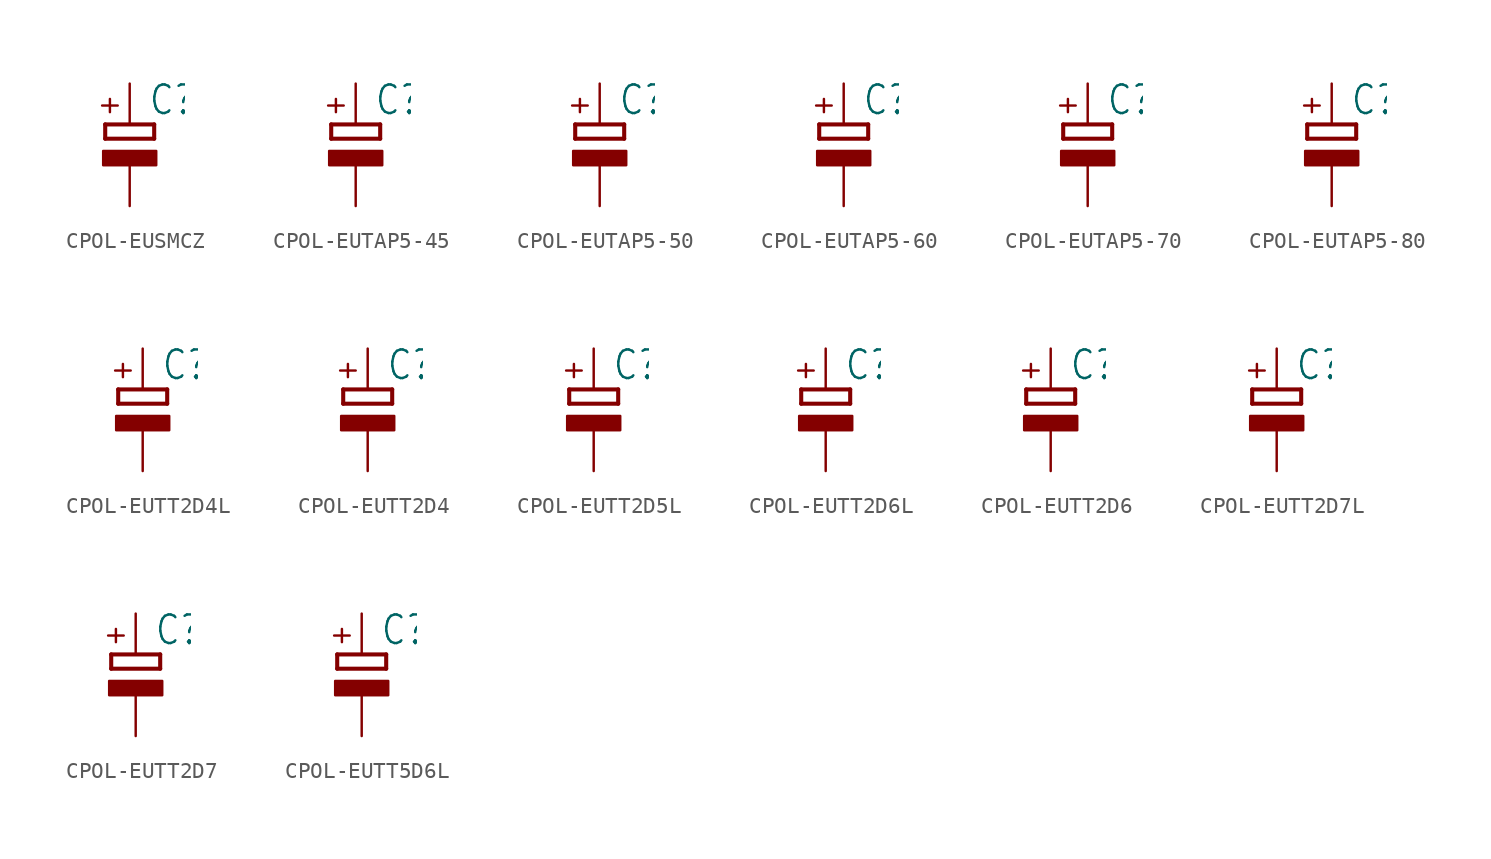
<source format=kicad_sym>
(kicad_symbol_lib
  (version 20231120)
  (generator "kicad_symbol_editor")
  (generator_version "8.0")
  (symbol "CPOL-EUSMCZ"
    (property "Reference" "C"
      (at 1.143 0.483 0)
      (effects (font (size 1.778 1.511)) (justify left bottom)))
    (property "Value" ""
      (at 1.143 -4.597 0)
      (effects (font (size 1.778 1.511)) (justify left bottom)))
    (property "ki_locked" ""
      (at 0 0 0)
      (effects (font (size 1.27 1.27))))
    (symbol "CPOL-EUSMCZ_1_0"
      (rectangle (start -1.651 -2.54) (end 1.651 -1.651) (stroke (width 0) (type default)) (fill (type outline)))
      (polyline (pts (xy -1.524 -0.889) (xy 1.524 -0.889)) (stroke (width 0.254) (type solid)) (fill (type none)))
      (polyline (pts (xy -1.524 0) (xy -1.524 -0.889)) (stroke (width 0.254) (type solid)) (fill (type none)))
      (polyline (pts (xy -1.524 0) (xy 1.524 0)) (stroke (width 0.254) (type solid)) (fill (type none)))
      (polyline (pts (xy 1.524 -0.889) (xy 1.524 0)) (stroke (width 0.254) (type solid)) (fill (type none)))
      (text "+" (at -0.584 0.406 900) (effects (font (size 1.27 1.079)) (justify left bottom)))
      (pin passive line (at 0 2.54 270) (length 2.54) (name "+" (effects (font (size 0 0)))) (number "+" (effects (font (size 0 0)))))
      (pin passive line (at 0 -5.08 90) (length 2.54) (name "-" (effects (font (size 0 0)))) (number "-" (effects (font (size 0 0)))))))
  (symbol "CPOL-EUTAP5-45"
    (property "Reference" "C"
      (at 1.143 0.483 0)
      (effects (font (size 1.778 1.511)) (justify left bottom)))
    (property "Value" ""
      (at 1.143 -4.597 0)
      (effects (font (size 1.778 1.511)) (justify left bottom)))
    (property "ki_locked" ""
      (at 0 0 0)
      (effects (font (size 1.27 1.27))))
    (symbol "CPOL-EUTAP5-45_1_0"
      (rectangle (start -1.651 -2.54) (end 1.651 -1.651) (stroke (width 0) (type default)) (fill (type outline)))
      (polyline (pts (xy -1.524 -0.889) (xy 1.524 -0.889)) (stroke (width 0.254) (type solid)) (fill (type none)))
      (polyline (pts (xy -1.524 0) (xy -1.524 -0.889)) (stroke (width 0.254) (type solid)) (fill (type none)))
      (polyline (pts (xy -1.524 0) (xy 1.524 0)) (stroke (width 0.254) (type solid)) (fill (type none)))
      (polyline (pts (xy 1.524 -0.889) (xy 1.524 0)) (stroke (width 0.254) (type solid)) (fill (type none)))
      (text "+" (at -0.584 0.406 900) (effects (font (size 1.27 1.079)) (justify left bottom)))
      (pin passive line (at 0 2.54 270) (length 2.54) (name "+" (effects (font (size 0 0)))) (number "+" (effects (font (size 0 0)))))
      (pin passive line (at 0 -5.08 90) (length 2.54) (name "-" (effects (font (size 0 0)))) (number "-" (effects (font (size 0 0)))))))
  (symbol "CPOL-EUTAP5-50"
    (property "Reference" "C"
      (at 1.143 0.483 0)
      (effects (font (size 1.778 1.511)) (justify left bottom)))
    (property "Value" ""
      (at 1.143 -4.597 0)
      (effects (font (size 1.778 1.511)) (justify left bottom)))
    (property "ki_locked" ""
      (at 0 0 0)
      (effects (font (size 1.27 1.27))))
    (symbol "CPOL-EUTAP5-50_1_0"
      (rectangle (start -1.651 -2.54) (end 1.651 -1.651) (stroke (width 0) (type default)) (fill (type outline)))
      (polyline (pts (xy -1.524 -0.889) (xy 1.524 -0.889)) (stroke (width 0.254) (type solid)) (fill (type none)))
      (polyline (pts (xy -1.524 0) (xy -1.524 -0.889)) (stroke (width 0.254) (type solid)) (fill (type none)))
      (polyline (pts (xy -1.524 0) (xy 1.524 0)) (stroke (width 0.254) (type solid)) (fill (type none)))
      (polyline (pts (xy 1.524 -0.889) (xy 1.524 0)) (stroke (width 0.254) (type solid)) (fill (type none)))
      (text "+" (at -0.584 0.406 900) (effects (font (size 1.27 1.079)) (justify left bottom)))
      (pin passive line (at 0 2.54 270) (length 2.54) (name "+" (effects (font (size 0 0)))) (number "+" (effects (font (size 0 0)))))
      (pin passive line (at 0 -5.08 90) (length 2.54) (name "-" (effects (font (size 0 0)))) (number "-" (effects (font (size 0 0)))))))
  (symbol "CPOL-EUTAP5-60"
    (property "Reference" "C"
      (at 1.143 0.483 0)
      (effects (font (size 1.778 1.511)) (justify left bottom)))
    (property "Value" ""
      (at 1.143 -4.597 0)
      (effects (font (size 1.778 1.511)) (justify left bottom)))
    (property "ki_locked" ""
      (at 0 0 0)
      (effects (font (size 1.27 1.27))))
    (symbol "CPOL-EUTAP5-60_1_0"
      (rectangle (start -1.651 -2.54) (end 1.651 -1.651) (stroke (width 0) (type default)) (fill (type outline)))
      (polyline (pts (xy -1.524 -0.889) (xy 1.524 -0.889)) (stroke (width 0.254) (type solid)) (fill (type none)))
      (polyline (pts (xy -1.524 0) (xy -1.524 -0.889)) (stroke (width 0.254) (type solid)) (fill (type none)))
      (polyline (pts (xy -1.524 0) (xy 1.524 0)) (stroke (width 0.254) (type solid)) (fill (type none)))
      (polyline (pts (xy 1.524 -0.889) (xy 1.524 0)) (stroke (width 0.254) (type solid)) (fill (type none)))
      (text "+" (at -0.584 0.406 900) (effects (font (size 1.27 1.079)) (justify left bottom)))
      (pin passive line (at 0 2.54 270) (length 2.54) (name "+" (effects (font (size 0 0)))) (number "+" (effects (font (size 0 0)))))
      (pin passive line (at 0 -5.08 90) (length 2.54) (name "-" (effects (font (size 0 0)))) (number "-" (effects (font (size 0 0)))))))
  (symbol "CPOL-EUTAP5-70"
    (property "Reference" "C"
      (at 1.143 0.483 0)
      (effects (font (size 1.778 1.511)) (justify left bottom)))
    (property "Value" ""
      (at 1.143 -4.597 0)
      (effects (font (size 1.778 1.511)) (justify left bottom)))
    (property "ki_locked" ""
      (at 0 0 0)
      (effects (font (size 1.27 1.27))))
    (symbol "CPOL-EUTAP5-70_1_0"
      (rectangle (start -1.651 -2.54) (end 1.651 -1.651) (stroke (width 0) (type default)) (fill (type outline)))
      (polyline (pts (xy -1.524 -0.889) (xy 1.524 -0.889)) (stroke (width 0.254) (type solid)) (fill (type none)))
      (polyline (pts (xy -1.524 0) (xy -1.524 -0.889)) (stroke (width 0.254) (type solid)) (fill (type none)))
      (polyline (pts (xy -1.524 0) (xy 1.524 0)) (stroke (width 0.254) (type solid)) (fill (type none)))
      (polyline (pts (xy 1.524 -0.889) (xy 1.524 0)) (stroke (width 0.254) (type solid)) (fill (type none)))
      (text "+" (at -0.584 0.406 900) (effects (font (size 1.27 1.079)) (justify left bottom)))
      (pin passive line (at 0 2.54 270) (length 2.54) (name "+" (effects (font (size 0 0)))) (number "+" (effects (font (size 0 0)))))
      (pin passive line (at 0 -5.08 90) (length 2.54) (name "-" (effects (font (size 0 0)))) (number "-" (effects (font (size 0 0)))))))
  (symbol "CPOL-EUTAP5-80"
    (property "Reference" "C"
      (at 1.143 0.483 0)
      (effects (font (size 1.778 1.511)) (justify left bottom)))
    (property "Value" ""
      (at 1.143 -4.597 0)
      (effects (font (size 1.778 1.511)) (justify left bottom)))
    (property "ki_locked" ""
      (at 0 0 0)
      (effects (font (size 1.27 1.27))))
    (symbol "CPOL-EUTAP5-80_1_0"
      (rectangle (start -1.651 -2.54) (end 1.651 -1.651) (stroke (width 0) (type default)) (fill (type outline)))
      (polyline (pts (xy -1.524 -0.889) (xy 1.524 -0.889)) (stroke (width 0.254) (type solid)) (fill (type none)))
      (polyline (pts (xy -1.524 0) (xy -1.524 -0.889)) (stroke (width 0.254) (type solid)) (fill (type none)))
      (polyline (pts (xy -1.524 0) (xy 1.524 0)) (stroke (width 0.254) (type solid)) (fill (type none)))
      (polyline (pts (xy 1.524 -0.889) (xy 1.524 0)) (stroke (width 0.254) (type solid)) (fill (type none)))
      (text "+" (at -0.584 0.406 900) (effects (font (size 1.27 1.079)) (justify left bottom)))
      (pin passive line (at 0 2.54 270) (length 2.54) (name "+" (effects (font (size 0 0)))) (number "+" (effects (font (size 0 0)))))
      (pin passive line (at 0 -5.08 90) (length 2.54) (name "-" (effects (font (size 0 0)))) (number "-" (effects (font (size 0 0)))))))
  (symbol "CPOL-EUTT2D4L"
    (property "Reference" "C"
      (at 1.143 0.483 0)
      (effects (font (size 1.778 1.511)) (justify left bottom)))
    (property "Value" ""
      (at 1.143 -4.597 0)
      (effects (font (size 1.778 1.511)) (justify left bottom)))
    (property "ki_locked" ""
      (at 0 0 0)
      (effects (font (size 1.27 1.27))))
    (symbol "CPOL-EUTT2D4L_1_0"
      (rectangle (start -1.651 -2.54) (end 1.651 -1.651) (stroke (width 0) (type default)) (fill (type outline)))
      (polyline (pts (xy -1.524 -0.889) (xy 1.524 -0.889)) (stroke (width 0.254) (type solid)) (fill (type none)))
      (polyline (pts (xy -1.524 0) (xy -1.524 -0.889)) (stroke (width 0.254) (type solid)) (fill (type none)))
      (polyline (pts (xy -1.524 0) (xy 1.524 0)) (stroke (width 0.254) (type solid)) (fill (type none)))
      (polyline (pts (xy 1.524 -0.889) (xy 1.524 0)) (stroke (width 0.254) (type solid)) (fill (type none)))
      (text "+" (at -0.584 0.406 900) (effects (font (size 1.27 1.079)) (justify left bottom)))
      (pin passive line (at 0 2.54 270) (length 2.54) (name "+" (effects (font (size 0 0)))) (number "+" (effects (font (size 0 0)))))
      (pin passive line (at 0 -5.08 90) (length 2.54) (name "-" (effects (font (size 0 0)))) (number "-" (effects (font (size 0 0)))))))
  (symbol "CPOL-EUTT2D4"
    (property "Reference" "C"
      (at 1.143 0.483 0)
      (effects (font (size 1.778 1.511)) (justify left bottom)))
    (property "Value" ""
      (at 1.143 -4.597 0)
      (effects (font (size 1.778 1.511)) (justify left bottom)))
    (property "ki_locked" ""
      (at 0 0 0)
      (effects (font (size 1.27 1.27))))
    (symbol "CPOL-EUTT2D4_1_0"
      (rectangle (start -1.651 -2.54) (end 1.651 -1.651) (stroke (width 0) (type default)) (fill (type outline)))
      (polyline (pts (xy -1.524 -0.889) (xy 1.524 -0.889)) (stroke (width 0.254) (type solid)) (fill (type none)))
      (polyline (pts (xy -1.524 0) (xy -1.524 -0.889)) (stroke (width 0.254) (type solid)) (fill (type none)))
      (polyline (pts (xy -1.524 0) (xy 1.524 0)) (stroke (width 0.254) (type solid)) (fill (type none)))
      (polyline (pts (xy 1.524 -0.889) (xy 1.524 0)) (stroke (width 0.254) (type solid)) (fill (type none)))
      (text "+" (at -0.584 0.406 900) (effects (font (size 1.27 1.079)) (justify left bottom)))
      (pin passive line (at 0 2.54 270) (length 2.54) (name "+" (effects (font (size 0 0)))) (number "+" (effects (font (size 0 0)))))
      (pin passive line (at 0 -5.08 90) (length 2.54) (name "-" (effects (font (size 0 0)))) (number "-" (effects (font (size 0 0)))))))
  (symbol "CPOL-EUTT2D5L"
    (property "Reference" "C"
      (at 1.143 0.483 0)
      (effects (font (size 1.778 1.511)) (justify left bottom)))
    (property "Value" ""
      (at 1.143 -4.597 0)
      (effects (font (size 1.778 1.511)) (justify left bottom)))
    (property "ki_locked" ""
      (at 0 0 0)
      (effects (font (size 1.27 1.27))))
    (symbol "CPOL-EUTT2D5L_1_0"
      (rectangle (start -1.651 -2.54) (end 1.651 -1.651) (stroke (width 0) (type default)) (fill (type outline)))
      (polyline (pts (xy -1.524 -0.889) (xy 1.524 -0.889)) (stroke (width 0.254) (type solid)) (fill (type none)))
      (polyline (pts (xy -1.524 0) (xy -1.524 -0.889)) (stroke (width 0.254) (type solid)) (fill (type none)))
      (polyline (pts (xy -1.524 0) (xy 1.524 0)) (stroke (width 0.254) (type solid)) (fill (type none)))
      (polyline (pts (xy 1.524 -0.889) (xy 1.524 0)) (stroke (width 0.254) (type solid)) (fill (type none)))
      (text "+" (at -0.584 0.406 900) (effects (font (size 1.27 1.079)) (justify left bottom)))
      (pin passive line (at 0 2.54 270) (length 2.54) (name "+" (effects (font (size 0 0)))) (number "+" (effects (font (size 0 0)))))
      (pin passive line (at 0 -5.08 90) (length 2.54) (name "-" (effects (font (size 0 0)))) (number "-" (effects (font (size 0 0)))))))
  (symbol "CPOL-EUTT2D6L"
    (property "Reference" "C"
      (at 1.143 0.483 0)
      (effects (font (size 1.778 1.511)) (justify left bottom)))
    (property "Value" ""
      (at 1.143 -4.597 0)
      (effects (font (size 1.778 1.511)) (justify left bottom)))
    (property "ki_locked" ""
      (at 0 0 0)
      (effects (font (size 1.27 1.27))))
    (symbol "CPOL-EUTT2D6L_1_0"
      (rectangle (start -1.651 -2.54) (end 1.651 -1.651) (stroke (width 0) (type default)) (fill (type outline)))
      (polyline (pts (xy -1.524 -0.889) (xy 1.524 -0.889)) (stroke (width 0.254) (type solid)) (fill (type none)))
      (polyline (pts (xy -1.524 0) (xy -1.524 -0.889)) (stroke (width 0.254) (type solid)) (fill (type none)))
      (polyline (pts (xy -1.524 0) (xy 1.524 0)) (stroke (width 0.254) (type solid)) (fill (type none)))
      (polyline (pts (xy 1.524 -0.889) (xy 1.524 0)) (stroke (width 0.254) (type solid)) (fill (type none)))
      (text "+" (at -0.584 0.406 900) (effects (font (size 1.27 1.079)) (justify left bottom)))
      (pin passive line (at 0 2.54 270) (length 2.54) (name "+" (effects (font (size 0 0)))) (number "+" (effects (font (size 0 0)))))
      (pin passive line (at 0 -5.08 90) (length 2.54) (name "-" (effects (font (size 0 0)))) (number "-" (effects (font (size 0 0)))))))
  (symbol "CPOL-EUTT2D6"
    (property "Reference" "C"
      (at 1.143 0.483 0)
      (effects (font (size 1.778 1.511)) (justify left bottom)))
    (property "Value" ""
      (at 1.143 -4.597 0)
      (effects (font (size 1.778 1.511)) (justify left bottom)))
    (property "ki_locked" ""
      (at 0 0 0)
      (effects (font (size 1.27 1.27))))
    (symbol "CPOL-EUTT2D6_1_0"
      (rectangle (start -1.651 -2.54) (end 1.651 -1.651) (stroke (width 0) (type default)) (fill (type outline)))
      (polyline (pts (xy -1.524 -0.889) (xy 1.524 -0.889)) (stroke (width 0.254) (type solid)) (fill (type none)))
      (polyline (pts (xy -1.524 0) (xy -1.524 -0.889)) (stroke (width 0.254) (type solid)) (fill (type none)))
      (polyline (pts (xy -1.524 0) (xy 1.524 0)) (stroke (width 0.254) (type solid)) (fill (type none)))
      (polyline (pts (xy 1.524 -0.889) (xy 1.524 0)) (stroke (width 0.254) (type solid)) (fill (type none)))
      (text "+" (at -0.584 0.406 900) (effects (font (size 1.27 1.079)) (justify left bottom)))
      (pin passive line (at 0 2.54 270) (length 2.54) (name "+" (effects (font (size 0 0)))) (number "+" (effects (font (size 0 0)))))
      (pin passive line (at 0 -5.08 90) (length 2.54) (name "-" (effects (font (size 0 0)))) (number "-" (effects (font (size 0 0)))))))
  (symbol "CPOL-EUTT2D7L"
    (property "Reference" "C"
      (at 1.143 0.483 0)
      (effects (font (size 1.778 1.511)) (justify left bottom)))
    (property "Value" ""
      (at 1.143 -4.597 0)
      (effects (font (size 1.778 1.511)) (justify left bottom)))
    (property "ki_locked" ""
      (at 0 0 0)
      (effects (font (size 1.27 1.27))))
    (symbol "CPOL-EUTT2D7L_1_0"
      (rectangle (start -1.651 -2.54) (end 1.651 -1.651) (stroke (width 0) (type default)) (fill (type outline)))
      (polyline (pts (xy -1.524 -0.889) (xy 1.524 -0.889)) (stroke (width 0.254) (type solid)) (fill (type none)))
      (polyline (pts (xy -1.524 0) (xy -1.524 -0.889)) (stroke (width 0.254) (type solid)) (fill (type none)))
      (polyline (pts (xy -1.524 0) (xy 1.524 0)) (stroke (width 0.254) (type solid)) (fill (type none)))
      (polyline (pts (xy 1.524 -0.889) (xy 1.524 0)) (stroke (width 0.254) (type solid)) (fill (type none)))
      (text "+" (at -0.584 0.406 900) (effects (font (size 1.27 1.079)) (justify left bottom)))
      (pin passive line (at 0 2.54 270) (length 2.54) (name "+" (effects (font (size 0 0)))) (number "+" (effects (font (size 0 0)))))
      (pin passive line (at 0 -5.08 90) (length 2.54) (name "-" (effects (font (size 0 0)))) (number "-" (effects (font (size 0 0)))))))
  (symbol "CPOL-EUTT2D7"
    (property "Reference" "C"
      (at 1.143 0.483 0)
      (effects (font (size 1.778 1.511)) (justify left bottom)))
    (property "Value" ""
      (at 1.143 -4.597 0)
      (effects (font (size 1.778 1.511)) (justify left bottom)))
    (property "ki_locked" ""
      (at 0 0 0)
      (effects (font (size 1.27 1.27))))
    (symbol "CPOL-EUTT2D7_1_0"
      (rectangle (start -1.651 -2.54) (end 1.651 -1.651) (stroke (width 0) (type default)) (fill (type outline)))
      (polyline (pts (xy -1.524 -0.889) (xy 1.524 -0.889)) (stroke (width 0.254) (type solid)) (fill (type none)))
      (polyline (pts (xy -1.524 0) (xy -1.524 -0.889)) (stroke (width 0.254) (type solid)) (fill (type none)))
      (polyline (pts (xy -1.524 0) (xy 1.524 0)) (stroke (width 0.254) (type solid)) (fill (type none)))
      (polyline (pts (xy 1.524 -0.889) (xy 1.524 0)) (stroke (width 0.254) (type solid)) (fill (type none)))
      (text "+" (at -0.584 0.406 900) (effects (font (size 1.27 1.079)) (justify left bottom)))
      (pin passive line (at 0 2.54 270) (length 2.54) (name "+" (effects (font (size 0 0)))) (number "+" (effects (font (size 0 0)))))
      (pin passive line (at 0 -5.08 90) (length 2.54) (name "-" (effects (font (size 0 0)))) (number "-" (effects (font (size 0 0)))))))
  (symbol "CPOL-EUTT5D6L"
    (property "Reference" "C"
      (at 1.143 0.483 0)
      (effects (font (size 1.778 1.511)) (justify left bottom)))
    (property "Value" ""
      (at 1.143 -4.597 0)
      (effects (font (size 1.778 1.511)) (justify left bottom)))
    (property "ki_locked" ""
      (at 0 0 0)
      (effects (font (size 1.27 1.27))))
    (symbol "CPOL-EUTT5D6L_1_0"
      (rectangle (start -1.651 -2.54) (end 1.651 -1.651) (stroke (width 0) (type default)) (fill (type outline)))
      (polyline (pts (xy -1.524 -0.889) (xy 1.524 -0.889)) (stroke (width 0.254) (type solid)) (fill (type none)))
      (polyline (pts (xy -1.524 0) (xy -1.524 -0.889)) (stroke (width 0.254) (type solid)) (fill (type none)))
      (polyline (pts (xy -1.524 0) (xy 1.524 0)) (stroke (width 0.254) (type solid)) (fill (type none)))
      (polyline (pts (xy 1.524 -0.889) (xy 1.524 0)) (stroke (width 0.254) (type solid)) (fill (type none)))
      (text "+" (at -0.584 0.406 900) (effects (font (size 1.27 1.079)) (justify left bottom)))
      (pin passive line (at 0 2.54 270) (length 2.54) (name "+" (effects (font (size 0 0)))) (number "+" (effects (font (size 0 0)))))
      (pin passive line (at 0 -5.08 90) (length 2.54) (name "-" (effects (font (size 0 0)))) (number "-" (effects (font (size 0 0))))))))
</source>
